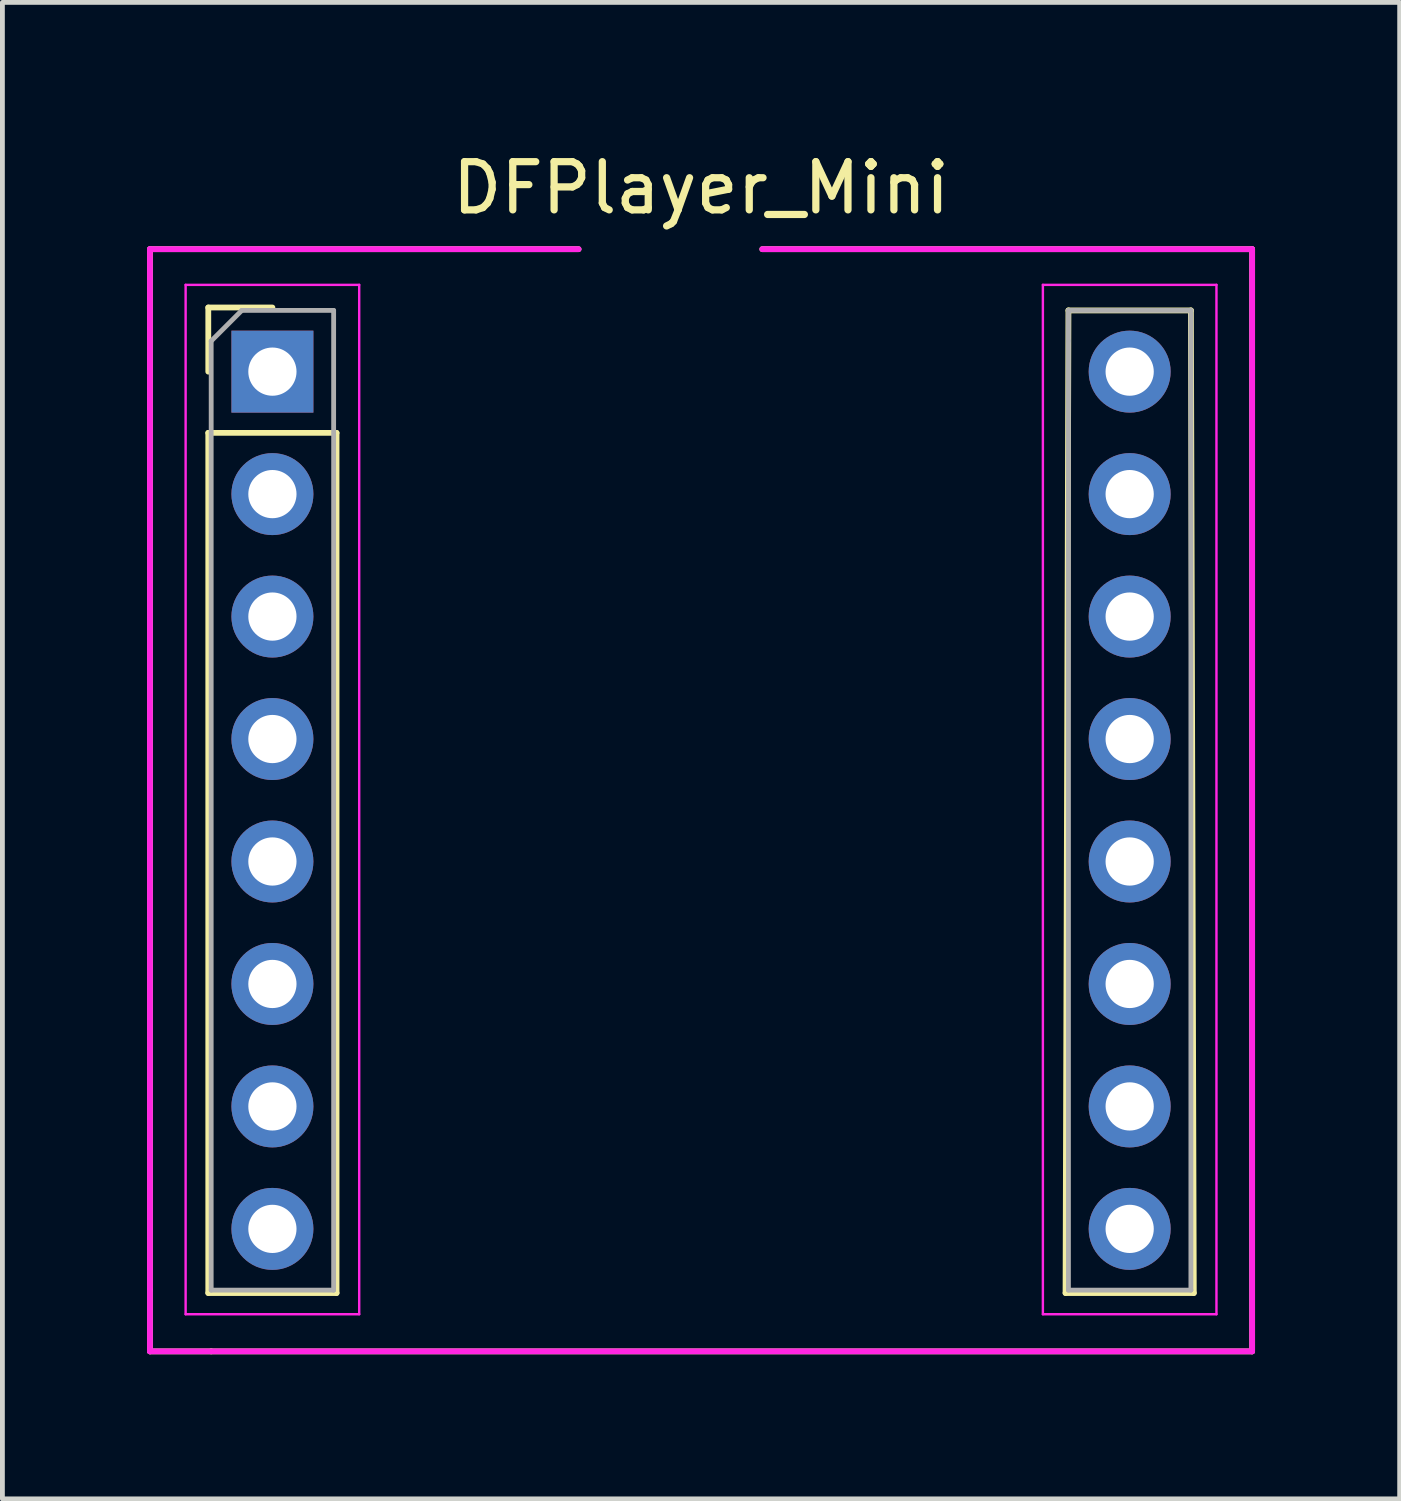
<source format=kicad_pcb>
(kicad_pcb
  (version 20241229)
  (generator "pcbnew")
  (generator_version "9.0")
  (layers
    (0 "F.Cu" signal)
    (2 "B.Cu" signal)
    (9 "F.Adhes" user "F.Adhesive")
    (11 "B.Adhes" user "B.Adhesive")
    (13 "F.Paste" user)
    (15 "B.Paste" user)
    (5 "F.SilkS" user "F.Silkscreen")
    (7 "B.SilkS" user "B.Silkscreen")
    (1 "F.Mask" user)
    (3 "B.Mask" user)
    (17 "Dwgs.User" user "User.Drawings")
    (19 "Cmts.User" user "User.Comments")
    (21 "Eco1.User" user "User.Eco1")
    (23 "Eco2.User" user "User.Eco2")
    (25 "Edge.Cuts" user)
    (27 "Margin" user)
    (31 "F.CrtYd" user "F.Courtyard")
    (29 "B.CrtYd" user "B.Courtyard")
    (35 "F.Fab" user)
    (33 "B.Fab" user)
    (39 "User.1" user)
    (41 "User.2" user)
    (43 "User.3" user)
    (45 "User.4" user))
  (footprint "DFPlayer_Mini"
    (layer "F.Cu")
    (at 6.41 4.658)
    (property "Reference" "DFPlayer_Mini" (at 5.08 -3.81 0) (layer "F.SilkS") (effects (font (size 1 1) (thickness 0.15))))
    (attr through_hole)
    (fp_line (start -6.35 -2.54) (end 2.54 -2.54) (stroke (width 0.12) (type solid)) (layer "F.SilkS"))
    (fp_line (start -6.35 19.05) (end -6.35 -2.54) (stroke (width 0.12) (type solid)) (layer "F.SilkS"))
    (fp_line (start -6.35 19.05) (end -6.35 20.32) (stroke (width 0.12) (type solid)) (layer "F.SilkS"))
    (fp_line (start -6.35 20.32) (end -5.08 20.32) (stroke (width 0.12) (type solid)) (layer "F.SilkS"))
    (fp_line (start -5.14 -1.33) (end -3.81 -1.33) (stroke (width 0.12) (type solid)) (layer "F.SilkS"))
    (fp_line (start -5.14 0) (end -5.14 -1.33) (stroke (width 0.12) (type solid)) (layer "F.SilkS"))
    (fp_line (start -5.14 1.27) (end -5.14 19.11) (stroke (width 0.12) (type solid)) (layer "F.SilkS"))
    (fp_line (start -5.14 1.27) (end -2.48 1.27) (stroke (width 0.12) (type solid)) (layer "F.SilkS"))
    (fp_line (start -5.14 19.11) (end -2.48 19.11) (stroke (width 0.12) (type solid)) (layer "F.SilkS"))
    (fp_line (start -2.48 1.27) (end -2.48 19.11) (stroke (width 0.12) (type solid)) (layer "F.SilkS"))
    (fp_line (start 6.35 -2.54) (end 16.51 -2.54) (stroke (width 0.12) (type solid)) (layer "F.SilkS"))
    (fp_line (start 12.64 19.11) (end 15.3 19.11) (stroke (width 0.12) (type solid)) (layer "F.SilkS"))
    (fp_line (start 12.7 -1.27) (end 12.64 19.11) (stroke (width 0.12) (type solid)) (layer "F.SilkS"))
    (fp_line (start 12.7 -1.27) (end 15.24 -1.27) (stroke (width 0.12) (type solid)) (layer "F.SilkS"))
    (fp_line (start 15.24 -1.27) (end 15.3 19.11) (stroke (width 0.12) (type solid)) (layer "F.SilkS"))
    (fp_line (start 16.51 20.32) (end -5.08 20.32) (stroke (width 0.12) (type solid)) (layer "F.SilkS"))
    (fp_line (start 16.51 20.32) (end 16.51 -2.54) (stroke (width 0.12) (type solid)) (layer "F.SilkS"))
    (fp_line (start -6.35 -2.54) (end 2.54 -2.54) (stroke (width 0.12) (type solid)) (layer "F.CrtYd"))
    (fp_line (start -6.35 20.32) (end -6.35 -2.54) (stroke (width 0.12) (type solid)) (layer "F.CrtYd"))
    (fp_line (start -5.61 -1.8) (end -5.61 19.55) (stroke (width 0.05) (type solid)) (layer "F.CrtYd"))
    (fp_line (start -5.61 19.55) (end -2.01 19.55) (stroke (width 0.05) (type solid)) (layer "F.CrtYd"))
    (fp_line (start -2.01 -1.8) (end -5.61 -1.8) (stroke (width 0.05) (type solid)) (layer "F.CrtYd"))
    (fp_line (start -2.01 19.55) (end -2.01 -1.8) (stroke (width 0.05) (type solid)) (layer "F.CrtYd"))
    (fp_line (start 6.35 -2.54) (end 16.51 -2.54) (stroke (width 0.12) (type solid)) (layer "F.CrtYd"))
    (fp_line (start 12.17 -1.8) (end 12.17 19.55) (stroke (width 0.05) (type solid)) (layer "F.CrtYd"))
    (fp_line (start 12.17 19.55) (end 15.77 19.55) (stroke (width 0.05) (type solid)) (layer "F.CrtYd"))
    (fp_line (start 15.77 -1.8) (end 12.17 -1.8) (stroke (width 0.05) (type solid)) (layer "F.CrtYd"))
    (fp_line (start 15.77 19.55) (end 15.77 -1.8) (stroke (width 0.05) (type solid)) (layer "F.CrtYd"))
    (fp_line (start 16.51 -2.54) (end 16.51 20.32) (stroke (width 0.12) (type solid)) (layer "F.CrtYd"))
    (fp_line (start 16.51 20.32) (end -6.35 20.32) (stroke (width 0.12) (type solid)) (layer "F.CrtYd"))
    (fp_line (start -5.08 -0.635) (end -4.445 -1.27) (stroke (width 0.1) (type solid)) (layer "F.Fab"))
    (fp_line (start -5.08 19.05) (end -5.08 -0.635) (stroke (width 0.1) (type solid)) (layer "F.Fab"))
    (fp_line (start -4.445 -1.27) (end -2.54 -1.27) (stroke (width 0.1) (type solid)) (layer "F.Fab"))
    (fp_line (start -2.54 -1.27) (end -2.54 19.05) (stroke (width 0.1) (type solid)) (layer "F.Fab"))
    (fp_line (start -2.54 19.05) (end -5.08 19.05) (stroke (width 0.1) (type solid)) (layer "F.Fab"))
    (fp_line (start 12.7 -1.27) (end 15.24 -1.27) (stroke (width 0.1) (type solid)) (layer "F.Fab"))
    (fp_line (start 12.7 -0.635) (end 12.7 -1.27) (stroke (width 0.1) (type solid)) (layer "F.Fab"))
    (fp_line (start 12.7 19.05) (end 12.7 -0.635) (stroke (width 0.1) (type solid)) (layer "F.Fab"))
    (fp_line (start 15.24 -1.27) (end 15.24 19.05) (stroke (width 0.1) (type solid)) (layer "F.Fab"))
    (fp_line (start 15.24 19.05) (end 12.7 19.05) (stroke (width 0.1) (type solid)) (layer "F.Fab"))
    (pad "1" thru_hole rect (at -3.81 0) (size 1.7 1.7) (drill 1) (layers "*.Cu" "*.Mask"))
    (pad "2" thru_hole oval (at -3.81 2.54) (size 1.7 1.7) (drill 1) (layers "*.Cu" "*.Mask"))
    (pad "3" thru_hole oval (at -3.81 5.08) (size 1.7 1.7) (drill 1) (layers "*.Cu" "*.Mask"))
    (pad "4" thru_hole oval (at -3.81 7.62) (size 1.7 1.7) (drill 1) (layers "*.Cu" "*.Mask"))
    (pad "5" thru_hole oval (at -3.81 10.16) (size 1.7 1.7) (drill 1) (layers "*.Cu" "*.Mask"))
    (pad "6" thru_hole oval (at -3.81 12.7) (size 1.7 1.7) (drill 1) (layers "*.Cu" "*.Mask"))
    (pad "7" thru_hole oval (at -3.81 15.24) (size 1.7 1.7) (drill 1) (layers "*.Cu" "*.Mask"))
    (pad "8" thru_hole oval (at -3.81 17.78) (size 1.7 1.7) (drill 1) (layers "*.Cu" "*.Mask"))
    (pad "9" thru_hole oval (at 13.97 17.78) (size 1.7 1.7) (drill 1) (layers "*.Cu" "*.Mask"))
    (pad "10" thru_hole oval (at 13.97 15.24) (size 1.7 1.7) (drill 1) (layers "*.Cu" "*.Mask"))
    (pad "11" thru_hole oval (at 13.97 12.7) (size 1.7 1.7) (drill 1) (layers "*.Cu" "*.Mask"))
    (pad "12" thru_hole oval (at 13.97 10.16) (size 1.7 1.7) (drill 1) (layers "*.Cu" "*.Mask"))
    (pad "13" thru_hole oval (at 13.97 7.62) (size 1.7 1.7) (drill 1) (layers "*.Cu" "*.Mask"))
    (pad "14" thru_hole oval (at 13.97 5.08) (size 1.7 1.7) (drill 1) (layers "*.Cu" "*.Mask"))
    (pad "15" thru_hole oval (at 13.97 2.54) (size 1.7 1.7) (drill 1) (layers "*.Cu" "*.Mask"))
    (pad "16" thru_hole oval (at 13.97 0) (size 1.7 1.7) (drill 1) (layers "*.Cu" "*.Mask")))
  (gr_rect
    (start -3 -3)
    (end 25.98 28.038)
    (stroke (width 0.1) (type default))
    (fill no)
    (layer "Edge.Cuts")))
</source>
